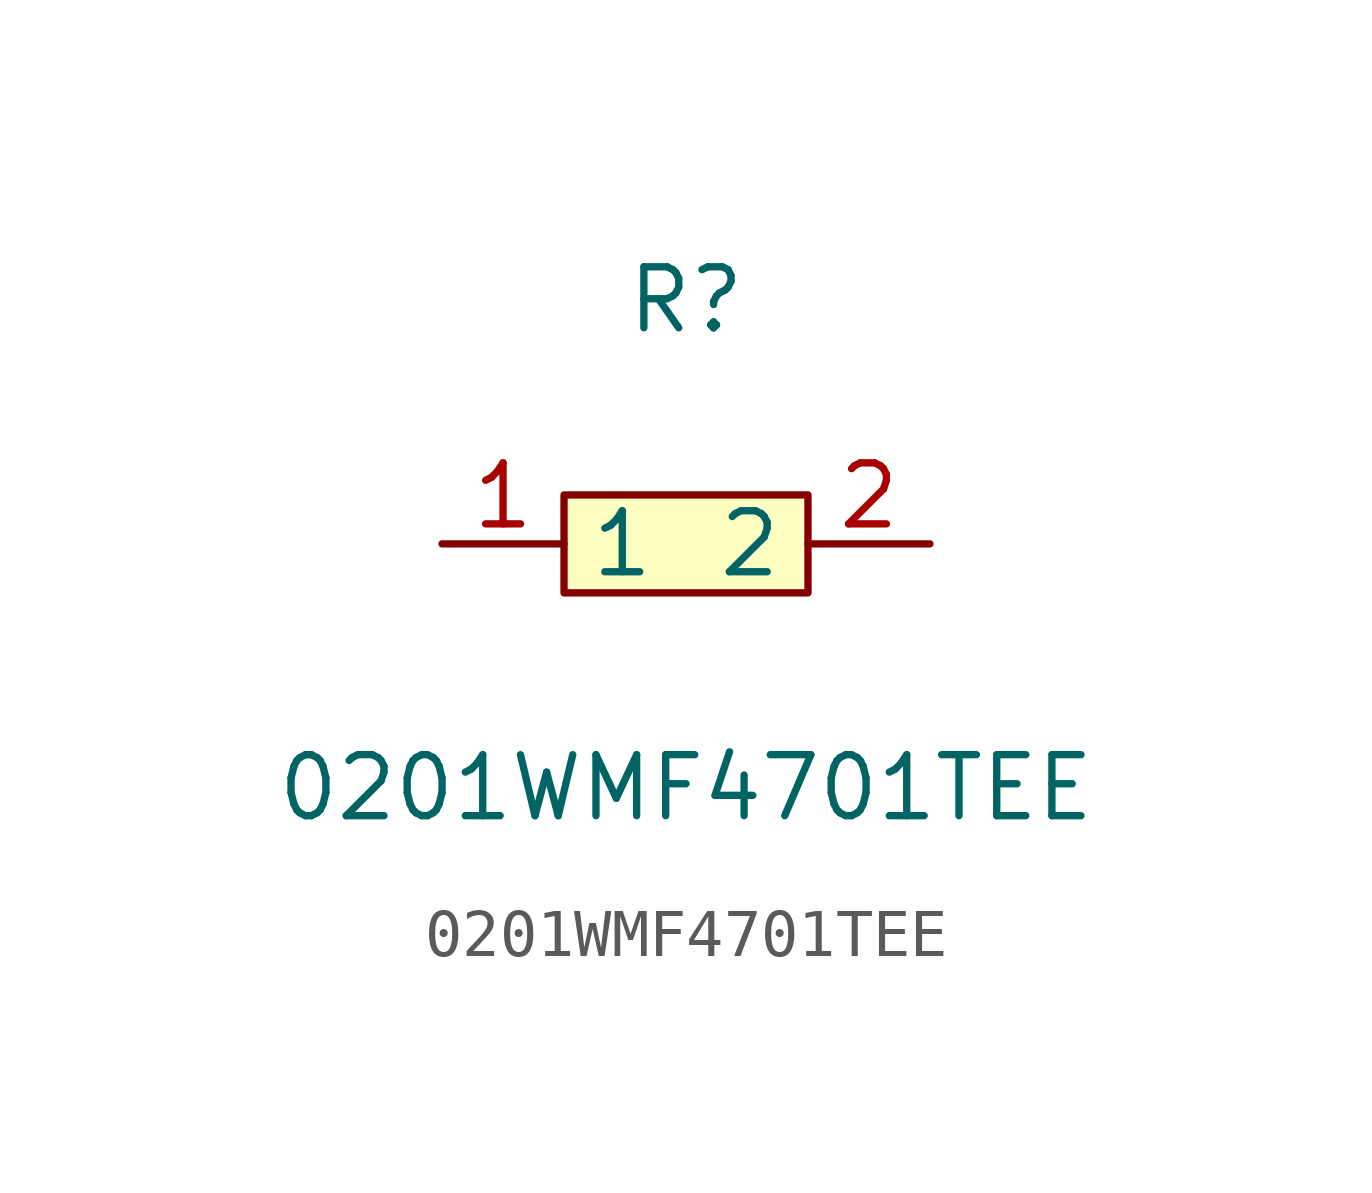
<source format=kicad_sym>
(kicad_symbol_lib
  (version 1)
  (generator "faebryk")
  (symbol "0201WMF4701TEE"
    (property "Reference" "R"
      (at 0 5.08 0)
      (effects (font (size 1.27 1.27)) (hide no)))
    (property "Value" "0201WMF4701TEE"
      (at 0 -5.08 0)
      (effects (font (size 1.27 1.27)) (hide no)))
    (symbol "0201WMF4701TEE_0_1"
      (rectangle (start -2.54 1.02) (end 2.54 -1.02) (stroke (width 0) (type default) (color 0 0 0 0)) (fill (type background)))
      (pin unspecified line (at 5.08 0 180) (length 2.54) (name "2" (effects (font (size 1.27 1.27)) (hide no))) (number "2" (effects (font (size 1.27 1.27)) (hide no))))
      (pin unspecified line (at -5.08 0 0) (length 2.54) (name "1" (effects (font (size 1.27 1.27)) (hide no))) (number "1" (effects (font (size 1.27 1.27)) (hide no)))))))
</source>
